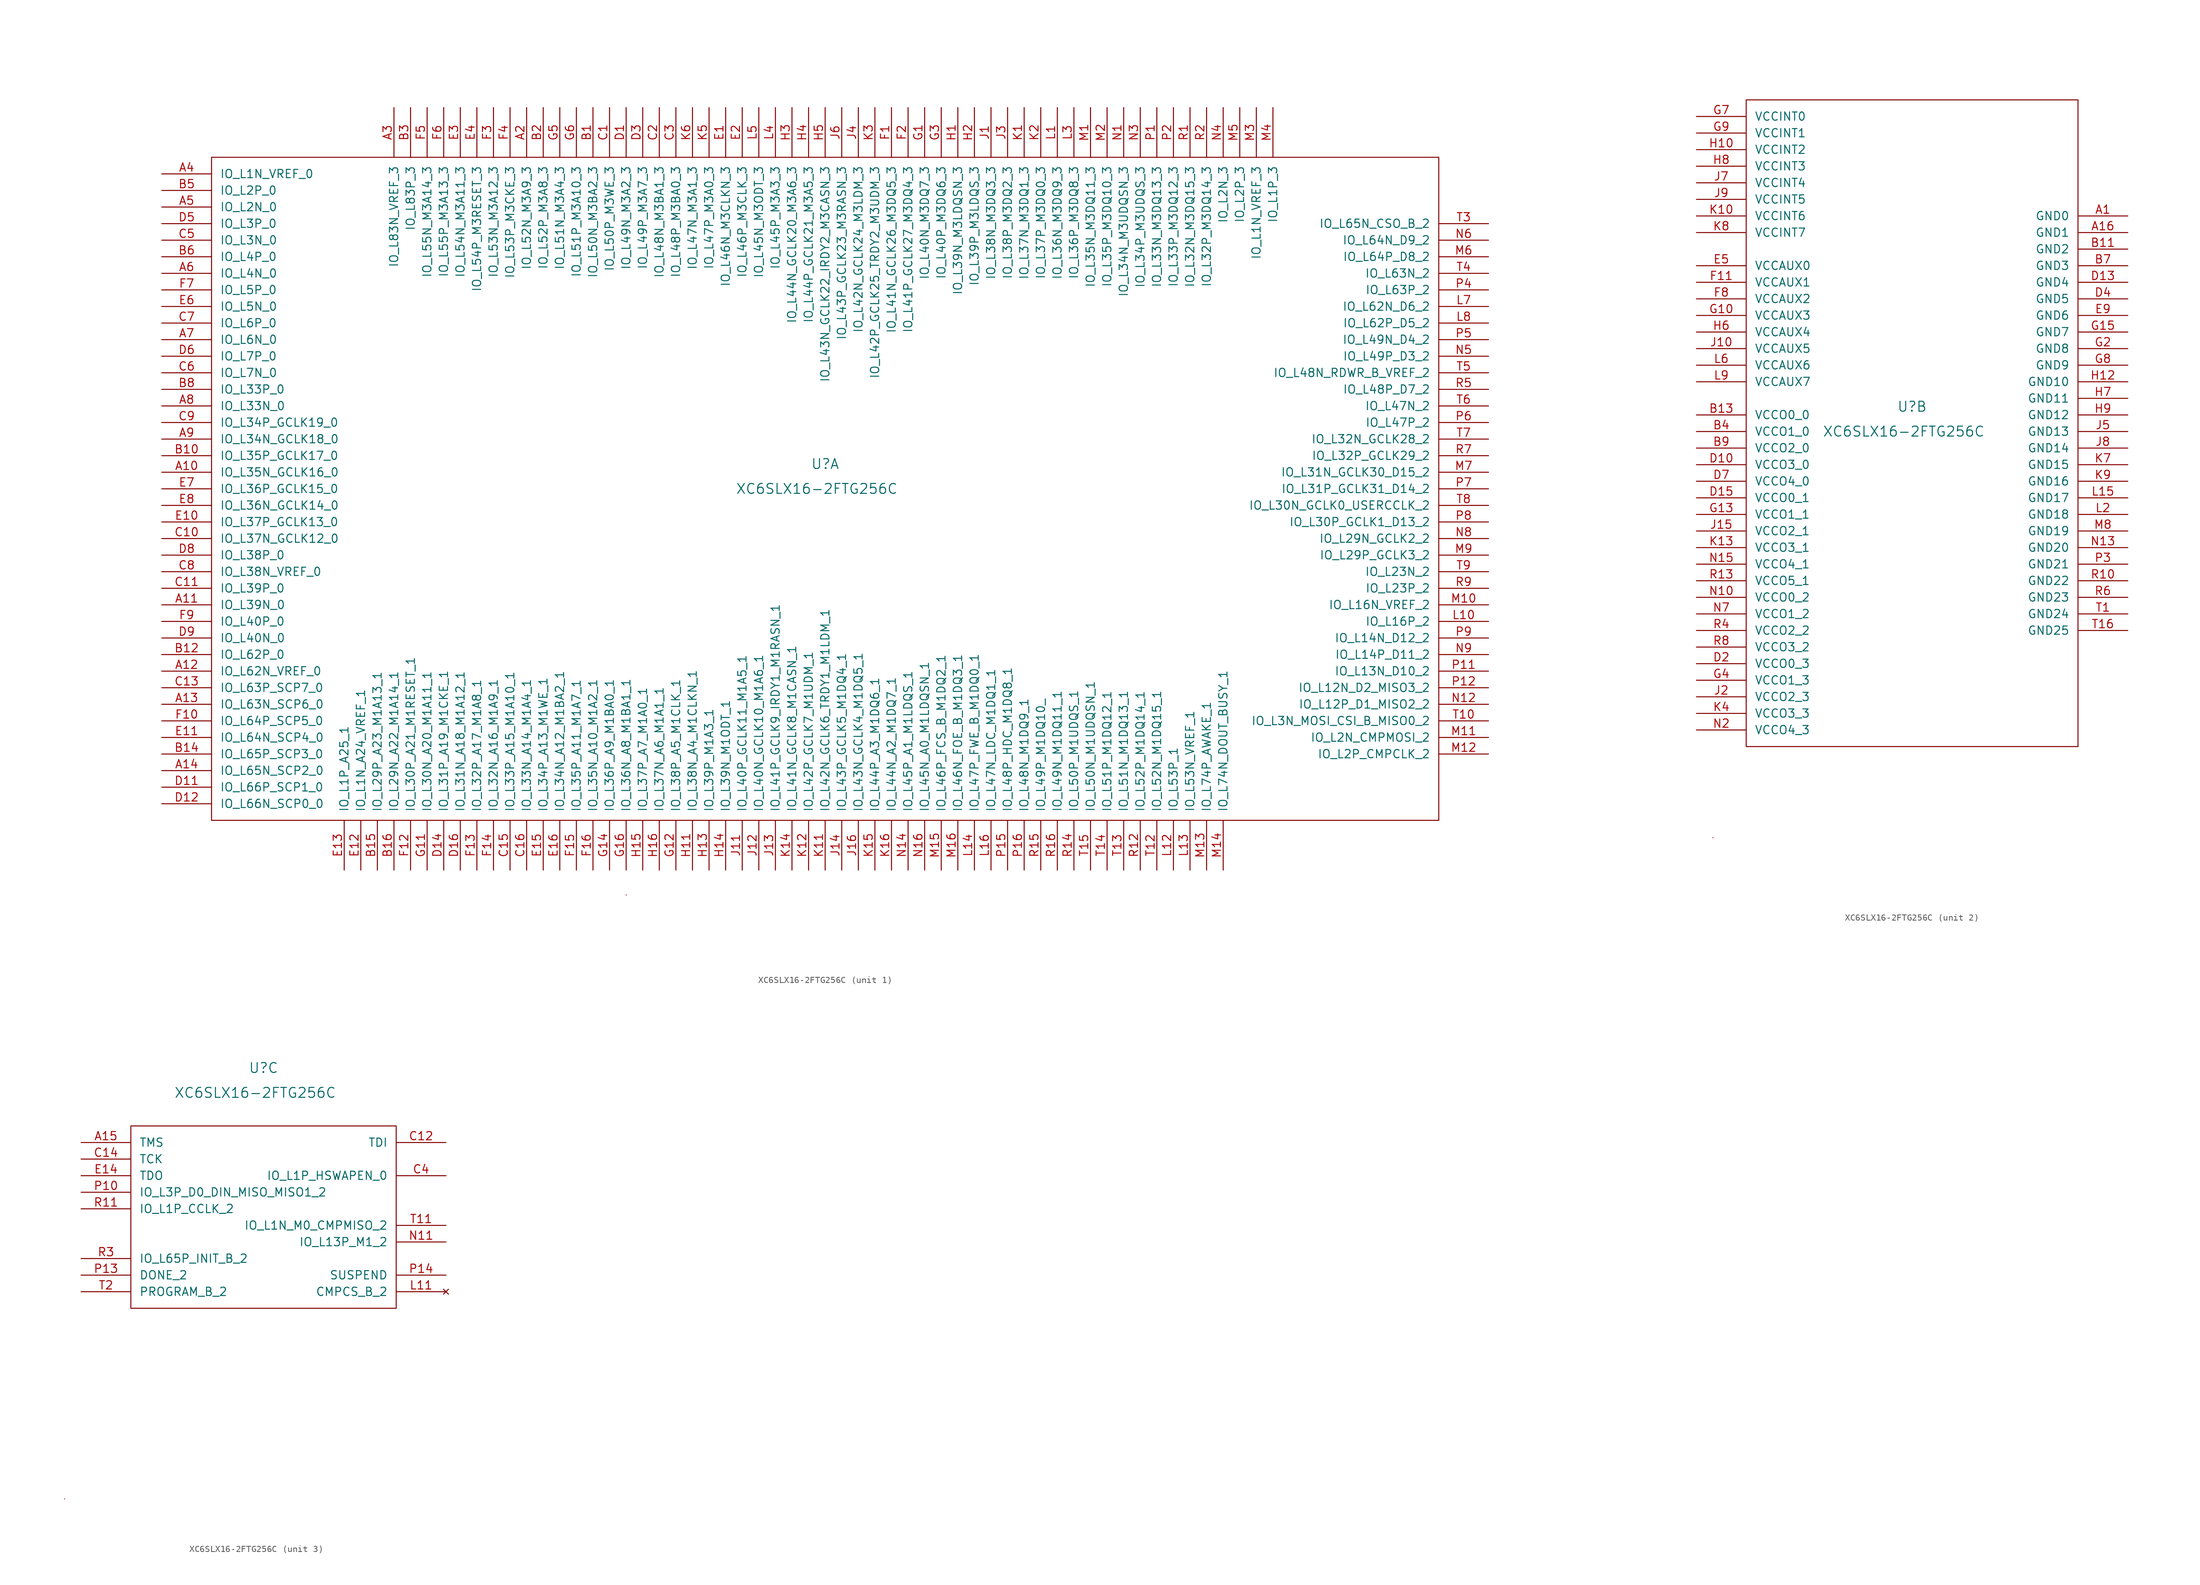
<source format=kicad_sym>
(kicad_symbol_lib
  (version 20220914)
  (generator kicad_symbol_editor)
  (symbol "XC6SLX16-2FTG256C"
    (pin_names
      (offset 1.27))
    (property "Reference" "U"
      (at 0 3.81 0)
      (effects (font (size 1.524 1.524))))
    (property "Value" "XC6SLX16-2FTG256C"
      (at -1.27 0 0)
      (effects (font (size 1.524 1.524))))
    (property "Datasheet" ""
      (at 0 0 0)
      (effects (font (size 1.524 1.524))))
    (property "ki_locked" ""
      (at 0 0 0)
      (effects (font (size 1.27 1.27))))
    (symbol "XC6SLX16-2FTG256C_0_1"
      (rectangle (start -30.48 -62.23) (end -30.48 -62.23) (stroke (width 0) (type default)) (fill (type none))))
    (symbol "XC6SLX16-2FTG256C_1_1"
      (rectangle (start -93.98 50.8) (end 93.98 -50.8) (stroke (width 0) (type default)) (fill (type none)))
      (pin bidirectional line (at -101.6 2.54 0) (length 7.62) (name "IO_L35N_GCLK16_0" (effects (font (size 1.27 1.27)))) (number "A10" (effects (font (size 1.27 1.27)))))
      (pin bidirectional line (at -101.6 -17.78 0) (length 7.62) (name "IO_L39N_0" (effects (font (size 1.27 1.27)))) (number "A11" (effects (font (size 1.27 1.27)))))
      (pin bidirectional line (at -101.6 -27.94 0) (length 7.62) (name "IO_L62N_VREF_0" (effects (font (size 1.27 1.27)))) (number "A12" (effects (font (size 1.27 1.27)))))
      (pin bidirectional line (at -101.6 -33.02 0) (length 7.62) (name "IO_L63N_SCP6_0" (effects (font (size 1.27 1.27)))) (number "A13" (effects (font (size 1.27 1.27)))))
      (pin bidirectional line (at -101.6 -43.18 0) (length 7.62) (name "IO_L65N_SCP2_0" (effects (font (size 1.27 1.27)))) (number "A14" (effects (font (size 1.27 1.27)))))
      (pin bidirectional line (at -45.72 58.42 270) (length 7.62) (name "IO_L52N_M3A9_3" (effects (font (size 1.27 1.27)))) (number "A2" (effects (font (size 1.27 1.27)))))
      (pin bidirectional line (at -66.04 58.42 270) (length 7.62) (name "IO_L83N_VREF_3" (effects (font (size 1.27 1.27)))) (number "A3" (effects (font (size 1.27 1.27)))))
      (pin bidirectional line (at -101.6 48.26 0) (length 7.62) (name "IO_L1N_VREF_0" (effects (font (size 1.27 1.27)))) (number "A4" (effects (font (size 1.27 1.27)))))
      (pin bidirectional line (at -101.6 43.18 0) (length 7.62) (name "IO_L2N_0" (effects (font (size 1.27 1.27)))) (number "A5" (effects (font (size 1.27 1.27)))))
      (pin bidirectional line (at -101.6 33.02 0) (length 7.62) (name "IO_L4N_0" (effects (font (size 1.27 1.27)))) (number "A6" (effects (font (size 1.27 1.27)))))
      (pin bidirectional line (at -101.6 22.86 0) (length 7.62) (name "IO_L6N_0" (effects (font (size 1.27 1.27)))) (number "A7" (effects (font (size 1.27 1.27)))))
      (pin bidirectional line (at -101.6 12.7 0) (length 7.62) (name "IO_L33N_0" (effects (font (size 1.27 1.27)))) (number "A8" (effects (font (size 1.27 1.27)))))
      (pin bidirectional line (at -101.6 7.62 0) (length 7.62) (name "IO_L34N_GCLK18_0" (effects (font (size 1.27 1.27)))) (number "A9" (effects (font (size 1.27 1.27)))))
      (pin bidirectional line (at -35.56 58.42 270) (length 7.62) (name "IO_L50N_M3BA2_3" (effects (font (size 1.27 1.27)))) (number "B1" (effects (font (size 1.27 1.27)))))
      (pin bidirectional line (at -101.6 5.08 0) (length 7.62) (name "IO_L35P_GCLK17_0" (effects (font (size 1.27 1.27)))) (number "B10" (effects (font (size 1.27 1.27)))))
      (pin bidirectional line (at -101.6 -25.4 0) (length 7.62) (name "IO_L62P_0" (effects (font (size 1.27 1.27)))) (number "B12" (effects (font (size 1.27 1.27)))))
      (pin bidirectional line (at -101.6 -40.64 0) (length 7.62) (name "IO_L65P_SCP3_0" (effects (font (size 1.27 1.27)))) (number "B14" (effects (font (size 1.27 1.27)))))
      (pin bidirectional line (at -68.58 -58.42 90) (length 7.62) (name "IO_L29P_A23_M1A13_1" (effects (font (size 1.27 1.27)))) (number "B15" (effects (font (size 1.27 1.27)))))
      (pin bidirectional line (at -66.04 -58.42 90) (length 7.62) (name "IO_L29N_A22_M1A14_1" (effects (font (size 1.27 1.27)))) (number "B16" (effects (font (size 1.27 1.27)))))
      (pin bidirectional line (at -43.18 58.42 270) (length 7.62) (name "IO_L52P_M3A8_3" (effects (font (size 1.27 1.27)))) (number "B2" (effects (font (size 1.27 1.27)))))
      (pin bidirectional line (at -63.5 58.42 270) (length 7.62) (name "IO_L83P_3" (effects (font (size 1.27 1.27)))) (number "B3" (effects (font (size 1.27 1.27)))))
      (pin bidirectional line (at -101.6 45.72 0) (length 7.62) (name "IO_L2P_0" (effects (font (size 1.27 1.27)))) (number "B5" (effects (font (size 1.27 1.27)))))
      (pin bidirectional line (at -101.6 35.56 0) (length 7.62) (name "IO_L4P_0" (effects (font (size 1.27 1.27)))) (number "B6" (effects (font (size 1.27 1.27)))))
      (pin bidirectional line (at -101.6 15.24 0) (length 7.62) (name "IO_L33P_0" (effects (font (size 1.27 1.27)))) (number "B8" (effects (font (size 1.27 1.27)))))
      (pin bidirectional line (at -33.02 58.42 270) (length 7.62) (name "IO_L50P_M3WE_3" (effects (font (size 1.27 1.27)))) (number "C1" (effects (font (size 1.27 1.27)))))
      (pin bidirectional line (at -101.6 -7.62 0) (length 7.62) (name "IO_L37N_GCLK12_0" (effects (font (size 1.27 1.27)))) (number "C10" (effects (font (size 1.27 1.27)))))
      (pin bidirectional line (at -101.6 -15.24 0) (length 7.62) (name "IO_L39P_0" (effects (font (size 1.27 1.27)))) (number "C11" (effects (font (size 1.27 1.27)))))
      (pin bidirectional line (at -101.6 -30.48 0) (length 7.62) (name "IO_L63P_SCP7_0" (effects (font (size 1.27 1.27)))) (number "C13" (effects (font (size 1.27 1.27)))))
      (pin bidirectional line (at -48.26 -58.42 90) (length 7.62) (name "IO_L33P_A15_M1A10_1" (effects (font (size 1.27 1.27)))) (number "C15" (effects (font (size 1.27 1.27)))))
      (pin bidirectional line (at -45.72 -58.42 90) (length 7.62) (name "IO_L33N_A14_M1A4_1" (effects (font (size 1.27 1.27)))) (number "C16" (effects (font (size 1.27 1.27)))))
      (pin bidirectional line (at -25.4 58.42 270) (length 7.62) (name "IO_L48N_M3BA1_3" (effects (font (size 1.27 1.27)))) (number "C2" (effects (font (size 1.27 1.27)))))
      (pin bidirectional line (at -22.86 58.42 270) (length 7.62) (name "IO_L48P_M3BA0_3" (effects (font (size 1.27 1.27)))) (number "C3" (effects (font (size 1.27 1.27)))))
      (pin bidirectional line (at -101.6 38.1 0) (length 7.62) (name "IO_L3N_0" (effects (font (size 1.27 1.27)))) (number "C5" (effects (font (size 1.27 1.27)))))
      (pin bidirectional line (at -101.6 17.78 0) (length 7.62) (name "IO_L7N_0" (effects (font (size 1.27 1.27)))) (number "C6" (effects (font (size 1.27 1.27)))))
      (pin bidirectional line (at -101.6 25.4 0) (length 7.62) (name "IO_L6P_0" (effects (font (size 1.27 1.27)))) (number "C7" (effects (font (size 1.27 1.27)))))
      (pin bidirectional line (at -101.6 -12.7 0) (length 7.62) (name "IO_L38N_VREF_0" (effects (font (size 1.27 1.27)))) (number "C8" (effects (font (size 1.27 1.27)))))
      (pin bidirectional line (at -101.6 10.16 0) (length 7.62) (name "IO_L34P_GCLK19_0" (effects (font (size 1.27 1.27)))) (number "C9" (effects (font (size 1.27 1.27)))))
      (pin bidirectional line (at -30.48 58.42 270) (length 7.62) (name "IO_L49N_M3A2_3" (effects (font (size 1.27 1.27)))) (number "D1" (effects (font (size 1.27 1.27)))))
      (pin bidirectional line (at -101.6 -45.72 0) (length 7.62) (name "IO_L66P_SCP1_0" (effects (font (size 1.27 1.27)))) (number "D11" (effects (font (size 1.27 1.27)))))
      (pin bidirectional line (at -101.6 -48.26 0) (length 7.62) (name "IO_L66N_SCP0_0" (effects (font (size 1.27 1.27)))) (number "D12" (effects (font (size 1.27 1.27)))))
      (pin bidirectional line (at -58.42 -58.42 90) (length 7.62) (name "IO_L31P_A19_M1CKE_1" (effects (font (size 1.27 1.27)))) (number "D14" (effects (font (size 1.27 1.27)))))
      (pin bidirectional line (at -55.88 -58.42 90) (length 7.62) (name "IO_L31N_A18_M1A12_1" (effects (font (size 1.27 1.27)))) (number "D16" (effects (font (size 1.27 1.27)))))
      (pin bidirectional line (at -27.94 58.42 270) (length 7.62) (name "IO_L49P_M3A7_3" (effects (font (size 1.27 1.27)))) (number "D3" (effects (font (size 1.27 1.27)))))
      (pin bidirectional line (at -101.6 40.64 0) (length 7.62) (name "IO_L3P_0" (effects (font (size 1.27 1.27)))) (number "D5" (effects (font (size 1.27 1.27)))))
      (pin bidirectional line (at -101.6 20.32 0) (length 7.62) (name "IO_L7P_0" (effects (font (size 1.27 1.27)))) (number "D6" (effects (font (size 1.27 1.27)))))
      (pin bidirectional line (at -101.6 -10.16 0) (length 7.62) (name "IO_L38P_0" (effects (font (size 1.27 1.27)))) (number "D8" (effects (font (size 1.27 1.27)))))
      (pin bidirectional line (at -101.6 -22.86 0) (length 7.62) (name "IO_L40N_0" (effects (font (size 1.27 1.27)))) (number "D9" (effects (font (size 1.27 1.27)))))
      (pin bidirectional line (at -15.24 58.42 270) (length 7.62) (name "IO_L46N_M3CLKN_3" (effects (font (size 1.27 1.27)))) (number "E1" (effects (font (size 1.27 1.27)))))
      (pin bidirectional line (at -101.6 -5.08 0) (length 7.62) (name "IO_L37P_GCLK13_0" (effects (font (size 1.27 1.27)))) (number "E10" (effects (font (size 1.27 1.27)))))
      (pin bidirectional line (at -101.6 -38.1 0) (length 7.62) (name "IO_L64N_SCP4_0" (effects (font (size 1.27 1.27)))) (number "E11" (effects (font (size 1.27 1.27)))))
      (pin bidirectional line (at -71.12 -58.42 90) (length 7.62) (name "IO_L1N_A24_VREF_1" (effects (font (size 1.27 1.27)))) (number "E12" (effects (font (size 1.27 1.27)))))
      (pin bidirectional line (at -73.66 -58.42 90) (length 7.62) (name "IO_L1P_A25_1" (effects (font (size 1.27 1.27)))) (number "E13" (effects (font (size 1.27 1.27)))))
      (pin bidirectional line (at -43.18 -58.42 90) (length 7.62) (name "IO_L34P_A13_M1WE_1" (effects (font (size 1.27 1.27)))) (number "E15" (effects (font (size 1.27 1.27)))))
      (pin bidirectional line (at -40.64 -58.42 90) (length 7.62) (name "IO_L34N_A12_M1BA2_1" (effects (font (size 1.27 1.27)))) (number "E16" (effects (font (size 1.27 1.27)))))
      (pin bidirectional line (at -12.7 58.42 270) (length 7.62) (name "IO_L46P_M3CLK_3" (effects (font (size 1.27 1.27)))) (number "E2" (effects (font (size 1.27 1.27)))))
      (pin bidirectional line (at -55.88 58.42 270) (length 7.62) (name "IO_L54N_M3A11_3" (effects (font (size 1.27 1.27)))) (number "E3" (effects (font (size 1.27 1.27)))))
      (pin bidirectional line (at -53.34 58.42 270) (length 7.62) (name "IO_L54P_M3RESET_3" (effects (font (size 1.27 1.27)))) (number "E4" (effects (font (size 1.27 1.27)))))
      (pin bidirectional line (at -101.6 27.94 0) (length 7.62) (name "IO_L5N_0" (effects (font (size 1.27 1.27)))) (number "E6" (effects (font (size 1.27 1.27)))))
      (pin bidirectional line (at -101.6 0 0) (length 7.62) (name "IO_L36P_GCLK15_0" (effects (font (size 1.27 1.27)))) (number "E7" (effects (font (size 1.27 1.27)))))
      (pin bidirectional line (at -101.6 -2.54 0) (length 7.62) (name "IO_L36N_GCLK14_0" (effects (font (size 1.27 1.27)))) (number "E8" (effects (font (size 1.27 1.27)))))
      (pin bidirectional line (at 10.16 58.42 270) (length 7.62) (name "IO_L41N_GCLK26_M3DQ5_3" (effects (font (size 1.27 1.27)))) (number "F1" (effects (font (size 1.27 1.27)))))
      (pin bidirectional line (at -101.6 -35.56 0) (length 7.62) (name "IO_L64P_SCP5_0" (effects (font (size 1.27 1.27)))) (number "F10" (effects (font (size 1.27 1.27)))))
      (pin bidirectional line (at -63.5 -58.42 90) (length 7.62) (name "IO_L30P_A21_M1RESET_1" (effects (font (size 1.27 1.27)))) (number "F12" (effects (font (size 1.27 1.27)))))
      (pin bidirectional line (at -53.34 -58.42 90) (length 7.62) (name "IO_L32P_A17_M1A8_1" (effects (font (size 1.27 1.27)))) (number "F13" (effects (font (size 1.27 1.27)))))
      (pin bidirectional line (at -50.8 -58.42 90) (length 7.62) (name "IO_L32N_A16_M1A9_1" (effects (font (size 1.27 1.27)))) (number "F14" (effects (font (size 1.27 1.27)))))
      (pin bidirectional line (at -38.1 -58.42 90) (length 7.62) (name "IO_L35P_A11_M1A7_1" (effects (font (size 1.27 1.27)))) (number "F15" (effects (font (size 1.27 1.27)))))
      (pin bidirectional line (at -35.56 -58.42 90) (length 7.62) (name "IO_L35N_A10_M1A2_1" (effects (font (size 1.27 1.27)))) (number "F16" (effects (font (size 1.27 1.27)))))
      (pin bidirectional line (at 12.7 58.42 270) (length 7.62) (name "IO_L41P_GCLK27_M3DQ4_3" (effects (font (size 1.27 1.27)))) (number "F2" (effects (font (size 1.27 1.27)))))
      (pin bidirectional line (at -50.8 58.42 270) (length 7.62) (name "IO_L53N_M3A12_3" (effects (font (size 1.27 1.27)))) (number "F3" (effects (font (size 1.27 1.27)))))
      (pin bidirectional line (at -48.26 58.42 270) (length 7.62) (name "IO_L53P_M3CKE_3" (effects (font (size 1.27 1.27)))) (number "F4" (effects (font (size 1.27 1.27)))))
      (pin bidirectional line (at -60.96 58.42 270) (length 7.62) (name "IO_L55N_M3A14_3" (effects (font (size 1.27 1.27)))) (number "F5" (effects (font (size 1.27 1.27)))))
      (pin bidirectional line (at -58.42 58.42 270) (length 7.62) (name "IO_L55P_M3A13_3" (effects (font (size 1.27 1.27)))) (number "F6" (effects (font (size 1.27 1.27)))))
      (pin bidirectional line (at -101.6 30.48 0) (length 7.62) (name "IO_L5P_0" (effects (font (size 1.27 1.27)))) (number "F7" (effects (font (size 1.27 1.27)))))
      (pin bidirectional line (at -101.6 -20.32 0) (length 7.62) (name "IO_L40P_0" (effects (font (size 1.27 1.27)))) (number "F9" (effects (font (size 1.27 1.27)))))
      (pin bidirectional line (at 15.24 58.42 270) (length 7.62) (name "IO_L40N_M3DQ7_3" (effects (font (size 1.27 1.27)))) (number "G1" (effects (font (size 1.27 1.27)))))
      (pin bidirectional line (at -60.96 -58.42 90) (length 7.62) (name "IO_L30N_A20_M1A11_1" (effects (font (size 1.27 1.27)))) (number "G11" (effects (font (size 1.27 1.27)))))
      (pin bidirectional line (at -22.86 -58.42 90) (length 7.62) (name "IO_L38P_A5_M1CLK_1" (effects (font (size 1.27 1.27)))) (number "G12" (effects (font (size 1.27 1.27)))))
      (pin bidirectional line (at -33.02 -58.42 90) (length 7.62) (name "IO_L36P_A9_M1BA0_1" (effects (font (size 1.27 1.27)))) (number "G14" (effects (font (size 1.27 1.27)))))
      (pin bidirectional line (at -30.48 -58.42 90) (length 7.62) (name "IO_L36N_A8_M1BA1_1" (effects (font (size 1.27 1.27)))) (number "G16" (effects (font (size 1.27 1.27)))))
      (pin bidirectional line (at 17.78 58.42 270) (length 7.62) (name "IO_L40P_M3DQ6_3" (effects (font (size 1.27 1.27)))) (number "G3" (effects (font (size 1.27 1.27)))))
      (pin bidirectional line (at -40.64 58.42 270) (length 7.62) (name "IO_L51N_M3A4_3" (effects (font (size 1.27 1.27)))) (number "G5" (effects (font (size 1.27 1.27)))))
      (pin bidirectional line (at -38.1 58.42 270) (length 7.62) (name "IO_L51P_M3A10_3" (effects (font (size 1.27 1.27)))) (number "G6" (effects (font (size 1.27 1.27)))))
      (pin bidirectional line (at 20.32 58.42 270) (length 7.62) (name "IO_L39N_M3LDQSN_3" (effects (font (size 1.27 1.27)))) (number "H1" (effects (font (size 1.27 1.27)))))
      (pin bidirectional line (at -20.32 -58.42 90) (length 7.62) (name "IO_L38N_A4_M1CLKN_1" (effects (font (size 1.27 1.27)))) (number "H11" (effects (font (size 1.27 1.27)))))
      (pin bidirectional line (at -17.78 -58.42 90) (length 7.62) (name "IO_L39P_M1A3_1" (effects (font (size 1.27 1.27)))) (number "H13" (effects (font (size 1.27 1.27)))))
      (pin bidirectional line (at -15.24 -58.42 90) (length 7.62) (name "IO_L39N_M1ODT_1" (effects (font (size 1.27 1.27)))) (number "H14" (effects (font (size 1.27 1.27)))))
      (pin bidirectional line (at -27.94 -58.42 90) (length 7.62) (name "IO_L37P_A7_M1A0_1" (effects (font (size 1.27 1.27)))) (number "H15" (effects (font (size 1.27 1.27)))))
      (pin bidirectional line (at -25.4 -58.42 90) (length 7.62) (name "IO_L37N_A6_M1A1_1" (effects (font (size 1.27 1.27)))) (number "H16" (effects (font (size 1.27 1.27)))))
      (pin bidirectional line (at 22.86 58.42 270) (length 7.62) (name "IO_L39P_M3LDQS_3" (effects (font (size 1.27 1.27)))) (number "H2" (effects (font (size 1.27 1.27)))))
      (pin bidirectional line (at -5.08 58.42 270) (length 7.62) (name "IO_L44N_GCLK20_M3A6_3" (effects (font (size 1.27 1.27)))) (number "H3" (effects (font (size 1.27 1.27)))))
      (pin bidirectional line (at -2.54 58.42 270) (length 7.62) (name "IO_L44P_GCLK21_M3A5_3" (effects (font (size 1.27 1.27)))) (number "H4" (effects (font (size 1.27 1.27)))))
      (pin bidirectional line (at 0 58.42 270) (length 7.62) (name "IO_L43N_GCLK22_IRDY2_M3CASN_3" (effects (font (size 1.27 1.27)))) (number "H5" (effects (font (size 1.27 1.27)))))
      (pin bidirectional line (at 25.4 58.42 270) (length 7.62) (name "IO_L38N_M3DQ3_3" (effects (font (size 1.27 1.27)))) (number "J1" (effects (font (size 1.27 1.27)))))
      (pin bidirectional line (at -12.7 -58.42 90) (length 7.62) (name "IO_L40P_GCLK11_M1A5_1" (effects (font (size 1.27 1.27)))) (number "J11" (effects (font (size 1.27 1.27)))))
      (pin bidirectional line (at -10.16 -58.42 90) (length 7.62) (name "IO_L40N_GCLK10_M1A6_1" (effects (font (size 1.27 1.27)))) (number "J12" (effects (font (size 1.27 1.27)))))
      (pin bidirectional line (at -7.62 -58.42 90) (length 7.62) (name "IO_L41P_GCLK9_IRDY1_M1RASN_1" (effects (font (size 1.27 1.27)))) (number "J13" (effects (font (size 1.27 1.27)))))
      (pin bidirectional line (at 2.54 -58.42 90) (length 7.62) (name "IO_L43P_GCLK5_M1DQ4_1" (effects (font (size 1.27 1.27)))) (number "J14" (effects (font (size 1.27 1.27)))))
      (pin bidirectional line (at 5.08 -58.42 90) (length 7.62) (name "IO_L43N_GCLK4_M1DQ5_1" (effects (font (size 1.27 1.27)))) (number "J16" (effects (font (size 1.27 1.27)))))
      (pin bidirectional line (at 27.94 58.42 270) (length 7.62) (name "IO_L38P_M3DQ2_3" (effects (font (size 1.27 1.27)))) (number "J3" (effects (font (size 1.27 1.27)))))
      (pin bidirectional line (at 5.08 58.42 270) (length 7.62) (name "IO_L42N_GCLK24_M3LDM_3" (effects (font (size 1.27 1.27)))) (number "J4" (effects (font (size 1.27 1.27)))))
      (pin bidirectional line (at 2.54 58.42 270) (length 7.62) (name "IO_L43P_GCLK23_M3RASN_3" (effects (font (size 1.27 1.27)))) (number "J6" (effects (font (size 1.27 1.27)))))
      (pin bidirectional line (at 30.48 58.42 270) (length 7.62) (name "IO_L37N_M3DQ1_3" (effects (font (size 1.27 1.27)))) (number "K1" (effects (font (size 1.27 1.27)))))
      (pin bidirectional line (at 0 -58.42 90) (length 7.62) (name "IO_L42N_GCLK6_TRDY1_M1LDM_1" (effects (font (size 1.27 1.27)))) (number "K11" (effects (font (size 1.27 1.27)))))
      (pin bidirectional line (at -2.54 -58.42 90) (length 7.62) (name "IO_L42P_GCLK7_M1UDM_1" (effects (font (size 1.27 1.27)))) (number "K12" (effects (font (size 1.27 1.27)))))
      (pin bidirectional line (at -5.08 -58.42 90) (length 7.62) (name "IO_L41N_GCLK8_M1CASN_1" (effects (font (size 1.27 1.27)))) (number "K14" (effects (font (size 1.27 1.27)))))
      (pin bidirectional line (at 7.62 -58.42 90) (length 7.62) (name "IO_L44P_A3_M1DQ6_1" (effects (font (size 1.27 1.27)))) (number "K15" (effects (font (size 1.27 1.27)))))
      (pin bidirectional line (at 10.16 -58.42 90) (length 7.62) (name "IO_L44N_A2_M1DQ7_1" (effects (font (size 1.27 1.27)))) (number "K16" (effects (font (size 1.27 1.27)))))
      (pin bidirectional line (at 33.02 58.42 270) (length 7.62) (name "IO_L37P_M3DQ0_3" (effects (font (size 1.27 1.27)))) (number "K2" (effects (font (size 1.27 1.27)))))
      (pin bidirectional line (at 7.62 58.42 270) (length 7.62) (name "IO_L42P_GCLK25_TRDY2_M3UDM_3" (effects (font (size 1.27 1.27)))) (number "K3" (effects (font (size 1.27 1.27)))))
      (pin bidirectional line (at -17.78 58.42 270) (length 7.62) (name "IO_L47P_M3A0_3" (effects (font (size 1.27 1.27)))) (number "K5" (effects (font (size 1.27 1.27)))))
      (pin bidirectional line (at -20.32 58.42 270) (length 7.62) (name "IO_L47N_M3A1_3" (effects (font (size 1.27 1.27)))) (number "K6" (effects (font (size 1.27 1.27)))))
      (pin bidirectional line (at 35.56 58.42 270) (length 7.62) (name "IO_L36N_M3DQ9_3" (effects (font (size 1.27 1.27)))) (number "L1" (effects (font (size 1.27 1.27)))))
      (pin bidirectional line (at 101.6 -20.32 180) (length 7.62) (name "IO_L16P_2" (effects (font (size 1.27 1.27)))) (number "L10" (effects (font (size 1.27 1.27)))))
      (pin bidirectional line (at 53.34 -58.42 90) (length 7.62) (name "IO_L53P_1" (effects (font (size 1.27 1.27)))) (number "L12" (effects (font (size 1.27 1.27)))))
      (pin bidirectional line (at 55.88 -58.42 90) (length 7.62) (name "IO_L53N_VREF_1" (effects (font (size 1.27 1.27)))) (number "L13" (effects (font (size 1.27 1.27)))))
      (pin bidirectional line (at 22.86 -58.42 90) (length 7.62) (name "IO_L47P_FWE_B_M1DQ0_1" (effects (font (size 1.27 1.27)))) (number "L14" (effects (font (size 1.27 1.27)))))
      (pin bidirectional line (at 25.4 -58.42 90) (length 7.62) (name "IO_L47N_LDC_M1DQ1_1" (effects (font (size 1.27 1.27)))) (number "L16" (effects (font (size 1.27 1.27)))))
      (pin bidirectional line (at 38.1 58.42 270) (length 7.62) (name "IO_L36P_M3DQ8_3" (effects (font (size 1.27 1.27)))) (number "L3" (effects (font (size 1.27 1.27)))))
      (pin bidirectional line (at -7.62 58.42 270) (length 7.62) (name "IO_L45P_M3A3_3" (effects (font (size 1.27 1.27)))) (number "L4" (effects (font (size 1.27 1.27)))))
      (pin bidirectional line (at -10.16 58.42 270) (length 7.62) (name "IO_L45N_M3ODT_3" (effects (font (size 1.27 1.27)))) (number "L5" (effects (font (size 1.27 1.27)))))
      (pin bidirectional line (at 101.6 27.94 180) (length 7.62) (name "IO_L62N_D6_2" (effects (font (size 1.27 1.27)))) (number "L7" (effects (font (size 1.27 1.27)))))
      (pin bidirectional line (at 101.6 25.4 180) (length 7.62) (name "IO_L62P_D5_2" (effects (font (size 1.27 1.27)))) (number "L8" (effects (font (size 1.27 1.27)))))
      (pin bidirectional line (at 40.64 58.42 270) (length 7.62) (name "IO_L35N_M3DQ11_3" (effects (font (size 1.27 1.27)))) (number "M1" (effects (font (size 1.27 1.27)))))
      (pin bidirectional line (at 101.6 -17.78 180) (length 7.62) (name "IO_L16N_VREF_2" (effects (font (size 1.27 1.27)))) (number "M10" (effects (font (size 1.27 1.27)))))
      (pin bidirectional line (at 101.6 -38.1 180) (length 7.62) (name "IO_L2N_CMPMOSI_2" (effects (font (size 1.27 1.27)))) (number "M11" (effects (font (size 1.27 1.27)))))
      (pin bidirectional line (at 101.6 -40.64 180) (length 7.62) (name "IO_L2P_CMPCLK_2" (effects (font (size 1.27 1.27)))) (number "M12" (effects (font (size 1.27 1.27)))))
      (pin bidirectional line (at 58.42 -58.42 90) (length 7.62) (name "IO_L74P_AWAKE_1" (effects (font (size 1.27 1.27)))) (number "M13" (effects (font (size 1.27 1.27)))))
      (pin bidirectional line (at 60.96 -58.42 90) (length 7.62) (name "IO_L74N_DOUT_BUSY_1" (effects (font (size 1.27 1.27)))) (number "M14" (effects (font (size 1.27 1.27)))))
      (pin bidirectional line (at 17.78 -58.42 90) (length 7.62) (name "IO_L46P_FCS_B_M1DQ2_1" (effects (font (size 1.27 1.27)))) (number "M15" (effects (font (size 1.27 1.27)))))
      (pin bidirectional line (at 20.32 -58.42 90) (length 7.62) (name "IO_L46N_FOE_B_M1DQ3_1" (effects (font (size 1.27 1.27)))) (number "M16" (effects (font (size 1.27 1.27)))))
      (pin bidirectional line (at 43.18 58.42 270) (length 7.62) (name "IO_L35P_M3DQ10_3" (effects (font (size 1.27 1.27)))) (number "M2" (effects (font (size 1.27 1.27)))))
      (pin bidirectional line (at 66.04 58.42 270) (length 7.62) (name "IO_L1N_VREF_3" (effects (font (size 1.27 1.27)))) (number "M3" (effects (font (size 1.27 1.27)))))
      (pin bidirectional line (at 68.58 58.42 270) (length 7.62) (name "IO_L1P_3" (effects (font (size 1.27 1.27)))) (number "M4" (effects (font (size 1.27 1.27)))))
      (pin bidirectional line (at 63.5 58.42 270) (length 7.62) (name "IO_L2P_3" (effects (font (size 1.27 1.27)))) (number "M5" (effects (font (size 1.27 1.27)))))
      (pin bidirectional line (at 101.6 35.56 180) (length 7.62) (name "IO_L64P_D8_2" (effects (font (size 1.27 1.27)))) (number "M6" (effects (font (size 1.27 1.27)))))
      (pin bidirectional line (at 101.6 2.54 180) (length 7.62) (name "IO_L31N_GCLK30_D15_2" (effects (font (size 1.27 1.27)))) (number "M7" (effects (font (size 1.27 1.27)))))
      (pin bidirectional line (at 101.6 -10.16 180) (length 7.62) (name "IO_L29P_GCLK3_2" (effects (font (size 1.27 1.27)))) (number "M9" (effects (font (size 1.27 1.27)))))
      (pin bidirectional line (at 45.72 58.42 270) (length 7.62) (name "IO_L34N_M3UDQSN_3" (effects (font (size 1.27 1.27)))) (number "N1" (effects (font (size 1.27 1.27)))))
      (pin bidirectional line (at 101.6 -33.02 180) (length 7.62) (name "IO_L12P_D1_MISO2_2" (effects (font (size 1.27 1.27)))) (number "N12" (effects (font (size 1.27 1.27)))))
      (pin bidirectional line (at 12.7 -58.42 90) (length 7.62) (name "IO_L45P_A1_M1LDQS_1" (effects (font (size 1.27 1.27)))) (number "N14" (effects (font (size 1.27 1.27)))))
      (pin bidirectional line (at 15.24 -58.42 90) (length 7.62) (name "IO_L45N_A0_M1LDQSN_1" (effects (font (size 1.27 1.27)))) (number "N16" (effects (font (size 1.27 1.27)))))
      (pin bidirectional line (at 48.26 58.42 270) (length 7.62) (name "IO_L34P_M3UDQS_3" (effects (font (size 1.27 1.27)))) (number "N3" (effects (font (size 1.27 1.27)))))
      (pin bidirectional line (at 60.96 58.42 270) (length 7.62) (name "IO_L2N_3" (effects (font (size 1.27 1.27)))) (number "N4" (effects (font (size 1.27 1.27)))))
      (pin bidirectional line (at 101.6 20.32 180) (length 7.62) (name "IO_L49P_D3_2" (effects (font (size 1.27 1.27)))) (number "N5" (effects (font (size 1.27 1.27)))))
      (pin bidirectional line (at 101.6 38.1 180) (length 7.62) (name "IO_L64N_D9_2" (effects (font (size 1.27 1.27)))) (number "N6" (effects (font (size 1.27 1.27)))))
      (pin bidirectional line (at 101.6 -7.62 180) (length 7.62) (name "IO_L29N_GCLK2_2" (effects (font (size 1.27 1.27)))) (number "N8" (effects (font (size 1.27 1.27)))))
      (pin bidirectional line (at 101.6 -25.4 180) (length 7.62) (name "IO_L14P_D11_2" (effects (font (size 1.27 1.27)))) (number "N9" (effects (font (size 1.27 1.27)))))
      (pin bidirectional line (at 50.8 58.42 270) (length 7.62) (name "IO_L33N_M3DQ13_3" (effects (font (size 1.27 1.27)))) (number "P1" (effects (font (size 1.27 1.27)))))
      (pin bidirectional line (at 101.6 -27.94 180) (length 7.62) (name "IO_L13N_D10_2" (effects (font (size 1.27 1.27)))) (number "P11" (effects (font (size 1.27 1.27)))))
      (pin bidirectional line (at 101.6 -30.48 180) (length 7.62) (name "IO_L12N_D2_MISO3_2" (effects (font (size 1.27 1.27)))) (number "P12" (effects (font (size 1.27 1.27)))))
      (pin bidirectional line (at 27.94 -58.42 90) (length 7.62) (name "IO_L48P_HDC_M1DQ8_1" (effects (font (size 1.27 1.27)))) (number "P15" (effects (font (size 1.27 1.27)))))
      (pin bidirectional line (at 30.48 -58.42 90) (length 7.62) (name "IO_L48N_M1DQ9_1" (effects (font (size 1.27 1.27)))) (number "P16" (effects (font (size 1.27 1.27)))))
      (pin bidirectional line (at 53.34 58.42 270) (length 7.62) (name "IO_L33P_M3DQ12_3" (effects (font (size 1.27 1.27)))) (number "P2" (effects (font (size 1.27 1.27)))))
      (pin bidirectional line (at 101.6 30.48 180) (length 7.62) (name "IO_L63P_2" (effects (font (size 1.27 1.27)))) (number "P4" (effects (font (size 1.27 1.27)))))
      (pin bidirectional line (at 101.6 22.86 180) (length 7.62) (name "IO_L49N_D4_2" (effects (font (size 1.27 1.27)))) (number "P5" (effects (font (size 1.27 1.27)))))
      (pin bidirectional line (at 101.6 10.16 180) (length 7.62) (name "IO_L47P_2" (effects (font (size 1.27 1.27)))) (number "P6" (effects (font (size 1.27 1.27)))))
      (pin bidirectional line (at 101.6 0 180) (length 7.62) (name "IO_L31P_GCLK31_D14_2" (effects (font (size 1.27 1.27)))) (number "P7" (effects (font (size 1.27 1.27)))))
      (pin bidirectional line (at 101.6 -5.08 180) (length 7.62) (name "IO_L30P_GCLK1_D13_2" (effects (font (size 1.27 1.27)))) (number "P8" (effects (font (size 1.27 1.27)))))
      (pin bidirectional line (at 101.6 -22.86 180) (length 7.62) (name "IO_L14N_D12_2" (effects (font (size 1.27 1.27)))) (number "P9" (effects (font (size 1.27 1.27)))))
      (pin bidirectional line (at 55.88 58.42 270) (length 7.62) (name "IO_L32N_M3DQ15_3" (effects (font (size 1.27 1.27)))) (number "R1" (effects (font (size 1.27 1.27)))))
      (pin bidirectional line (at 48.26 -58.42 90) (length 7.62) (name "IO_L52P_M1DQ14_1" (effects (font (size 1.27 1.27)))) (number "R12" (effects (font (size 1.27 1.27)))))
      (pin bidirectional line (at 38.1 -58.42 90) (length 7.62) (name "IO_L50P_M1UDQS_1" (effects (font (size 1.27 1.27)))) (number "R14" (effects (font (size 1.27 1.27)))))
      (pin bidirectional line (at 33.02 -58.42 90) (length 7.62) (name "IO_L49P_M1DQ10_" (effects (font (size 1.27 1.27)))) (number "R15" (effects (font (size 1.27 1.27)))))
      (pin bidirectional line (at 35.56 -58.42 90) (length 7.62) (name "IO_L49N_M1DQ11_1" (effects (font (size 1.27 1.27)))) (number "R16" (effects (font (size 1.27 1.27)))))
      (pin bidirectional line (at 58.42 58.42 270) (length 7.62) (name "IO_L32P_M3DQ14_3" (effects (font (size 1.27 1.27)))) (number "R2" (effects (font (size 1.27 1.27)))))
      (pin bidirectional line (at 101.6 15.24 180) (length 7.62) (name "IO_L48P_D7_2" (effects (font (size 1.27 1.27)))) (number "R5" (effects (font (size 1.27 1.27)))))
      (pin bidirectional line (at 101.6 5.08 180) (length 7.62) (name "IO_L32P_GCLK29_2" (effects (font (size 1.27 1.27)))) (number "R7" (effects (font (size 1.27 1.27)))))
      (pin bidirectional line (at 101.6 -15.24 180) (length 7.62) (name "IO_L23P_2" (effects (font (size 1.27 1.27)))) (number "R9" (effects (font (size 1.27 1.27)))))
      (pin bidirectional line (at 101.6 -35.56 180) (length 7.62) (name "IO_L3N_MOSI_CSI_B_MISO0_2" (effects (font (size 1.27 1.27)))) (number "T10" (effects (font (size 1.27 1.27)))))
      (pin bidirectional line (at 50.8 -58.42 90) (length 7.62) (name "IO_L52N_M1DQ15_1" (effects (font (size 1.27 1.27)))) (number "T12" (effects (font (size 1.27 1.27)))))
      (pin bidirectional line (at 45.72 -58.42 90) (length 7.62) (name "IO_L51N_M1DQ13_1" (effects (font (size 1.27 1.27)))) (number "T13" (effects (font (size 1.27 1.27)))))
      (pin bidirectional line (at 43.18 -58.42 90) (length 7.62) (name "IO_L51P_M1DQ12_1" (effects (font (size 1.27 1.27)))) (number "T14" (effects (font (size 1.27 1.27)))))
      (pin bidirectional line (at 40.64 -58.42 90) (length 7.62) (name "IO_L50N_M1UDQSN_1" (effects (font (size 1.27 1.27)))) (number "T15" (effects (font (size 1.27 1.27)))))
      (pin bidirectional line (at 101.6 40.64 180) (length 7.62) (name "IO_L65N_CSO_B_2" (effects (font (size 1.27 1.27)))) (number "T3" (effects (font (size 1.27 1.27)))))
      (pin bidirectional line (at 101.6 33.02 180) (length 7.62) (name "IO_L63N_2" (effects (font (size 1.27 1.27)))) (number "T4" (effects (font (size 1.27 1.27)))))
      (pin bidirectional line (at 101.6 17.78 180) (length 7.62) (name "IO_L48N_RDWR_B_VREF_2" (effects (font (size 1.27 1.27)))) (number "T5" (effects (font (size 1.27 1.27)))))
      (pin bidirectional line (at 101.6 12.7 180) (length 7.62) (name "IO_L47N_2" (effects (font (size 1.27 1.27)))) (number "T6" (effects (font (size 1.27 1.27)))))
      (pin bidirectional line (at 101.6 7.62 180) (length 7.62) (name "IO_L32N_GCLK28_2" (effects (font (size 1.27 1.27)))) (number "T7" (effects (font (size 1.27 1.27)))))
      (pin bidirectional line (at 101.6 -2.54 180) (length 7.62) (name "IO_L30N_GCLK0_USERCCLK_2" (effects (font (size 1.27 1.27)))) (number "T8" (effects (font (size 1.27 1.27)))))
      (pin bidirectional line (at 101.6 -12.7 180) (length 7.62) (name "IO_L23N_2" (effects (font (size 1.27 1.27)))) (number "T9" (effects (font (size 1.27 1.27))))))
    (symbol "XC6SLX16-2FTG256C_2_1"
      (rectangle (start -25.4 50.8) (end 25.4 -48.26) (stroke (width 0) (type default)) (fill (type none)))
      (pin power_in line (at 33.02 33.02 180) (length 7.62) (name "GND0" (effects (font (size 1.27 1.27)))) (number "A1" (effects (font (size 1.27 1.27)))))
      (pin power_in line (at 33.02 30.48 180) (length 7.62) (name "GND1" (effects (font (size 1.27 1.27)))) (number "A16" (effects (font (size 1.27 1.27)))))
      (pin power_in line (at 33.02 27.94 180) (length 7.62) (name "GND2" (effects (font (size 1.27 1.27)))) (number "B11" (effects (font (size 1.27 1.27)))))
      (pin power_in line (at -33.02 2.54 0) (length 7.62) (name "VCCO0_0" (effects (font (size 1.27 1.27)))) (number "B13" (effects (font (size 1.27 1.27)))))
      (pin power_in line (at -33.02 0 0) (length 7.62) (name "VCCO1_0" (effects (font (size 1.27 1.27)))) (number "B4" (effects (font (size 1.27 1.27)))))
      (pin power_in line (at 33.02 25.4 180) (length 7.62) (name "GND3" (effects (font (size 1.27 1.27)))) (number "B7" (effects (font (size 1.27 1.27)))))
      (pin power_in line (at -33.02 -2.54 0) (length 7.62) (name "VCCO2_0" (effects (font (size 1.27 1.27)))) (number "B9" (effects (font (size 1.27 1.27)))))
      (pin power_in line (at -33.02 -5.08 0) (length 7.62) (name "VCCO3_0" (effects (font (size 1.27 1.27)))) (number "D10" (effects (font (size 1.27 1.27)))))
      (pin power_in line (at 33.02 22.86 180) (length 7.62) (name "GND4" (effects (font (size 1.27 1.27)))) (number "D13" (effects (font (size 1.27 1.27)))))
      (pin power_in line (at -33.02 -10.16 0) (length 7.62) (name "VCCO0_1" (effects (font (size 1.27 1.27)))) (number "D15" (effects (font (size 1.27 1.27)))))
      (pin power_in line (at -33.02 -35.56 0) (length 7.62) (name "VCCO0_3" (effects (font (size 1.27 1.27)))) (number "D2" (effects (font (size 1.27 1.27)))))
      (pin power_in line (at 33.02 20.32 180) (length 7.62) (name "GND5" (effects (font (size 1.27 1.27)))) (number "D4" (effects (font (size 1.27 1.27)))))
      (pin power_in line (at -33.02 -7.62 0) (length 7.62) (name "VCCO4_0" (effects (font (size 1.27 1.27)))) (number "D7" (effects (font (size 1.27 1.27)))))
      (pin power_in line (at -33.02 25.4 0) (length 7.62) (name "VCCAUX0" (effects (font (size 1.27 1.27)))) (number "E5" (effects (font (size 1.27 1.27)))))
      (pin power_in line (at 33.02 17.78 180) (length 7.62) (name "GND6" (effects (font (size 1.27 1.27)))) (number "E9" (effects (font (size 1.27 1.27)))))
      (pin power_in line (at -33.02 22.86 0) (length 7.62) (name "VCCAUX1" (effects (font (size 1.27 1.27)))) (number "F11" (effects (font (size 1.27 1.27)))))
      (pin power_in line (at -33.02 20.32 0) (length 7.62) (name "VCCAUX2" (effects (font (size 1.27 1.27)))) (number "F8" (effects (font (size 1.27 1.27)))))
      (pin power_in line (at -33.02 17.78 0) (length 7.62) (name "VCCAUX3" (effects (font (size 1.27 1.27)))) (number "G10" (effects (font (size 1.27 1.27)))))
      (pin power_in line (at -33.02 -12.7 0) (length 7.62) (name "VCCO1_1" (effects (font (size 1.27 1.27)))) (number "G13" (effects (font (size 1.27 1.27)))))
      (pin power_in line (at 33.02 15.24 180) (length 7.62) (name "GND7" (effects (font (size 1.27 1.27)))) (number "G15" (effects (font (size 1.27 1.27)))))
      (pin power_in line (at 33.02 12.7 180) (length 7.62) (name "GND8" (effects (font (size 1.27 1.27)))) (number "G2" (effects (font (size 1.27 1.27)))))
      (pin power_in line (at -33.02 -38.1 0) (length 7.62) (name "VCCO1_3" (effects (font (size 1.27 1.27)))) (number "G4" (effects (font (size 1.27 1.27)))))
      (pin power_in line (at -33.02 48.26 0) (length 7.62) (name "VCCINT0" (effects (font (size 1.27 1.27)))) (number "G7" (effects (font (size 1.27 1.27)))))
      (pin power_in line (at 33.02 10.16 180) (length 7.62) (name "GND9" (effects (font (size 1.27 1.27)))) (number "G8" (effects (font (size 1.27 1.27)))))
      (pin power_in line (at -33.02 45.72 0) (length 7.62) (name "VCCINT1" (effects (font (size 1.27 1.27)))) (number "G9" (effects (font (size 1.27 1.27)))))
      (pin power_in line (at -33.02 43.18 0) (length 7.62) (name "VCCINT2" (effects (font (size 1.27 1.27)))) (number "H10" (effects (font (size 1.27 1.27)))))
      (pin power_in line (at 33.02 7.62 180) (length 7.62) (name "GND10" (effects (font (size 1.27 1.27)))) (number "H12" (effects (font (size 1.27 1.27)))))
      (pin power_in line (at -33.02 15.24 0) (length 7.62) (name "VCCAUX4" (effects (font (size 1.27 1.27)))) (number "H6" (effects (font (size 1.27 1.27)))))
      (pin power_in line (at 33.02 5.08 180) (length 7.62) (name "GND11" (effects (font (size 1.27 1.27)))) (number "H7" (effects (font (size 1.27 1.27)))))
      (pin power_in line (at -33.02 40.64 0) (length 7.62) (name "VCCINT3" (effects (font (size 1.27 1.27)))) (number "H8" (effects (font (size 1.27 1.27)))))
      (pin power_in line (at 33.02 2.54 180) (length 7.62) (name "GND12" (effects (font (size 1.27 1.27)))) (number "H9" (effects (font (size 1.27 1.27)))))
      (pin power_in line (at -33.02 12.7 0) (length 7.62) (name "VCCAUX5" (effects (font (size 1.27 1.27)))) (number "J10" (effects (font (size 1.27 1.27)))))
      (pin power_in line (at -33.02 -15.24 0) (length 7.62) (name "VCCO2_1" (effects (font (size 1.27 1.27)))) (number "J15" (effects (font (size 1.27 1.27)))))
      (pin power_in line (at -33.02 -40.64 0) (length 7.62) (name "VCCO2_3" (effects (font (size 1.27 1.27)))) (number "J2" (effects (font (size 1.27 1.27)))))
      (pin power_in line (at 33.02 0 180) (length 7.62) (name "GND13" (effects (font (size 1.27 1.27)))) (number "J5" (effects (font (size 1.27 1.27)))))
      (pin power_in line (at -33.02 38.1 0) (length 7.62) (name "VCCINT4" (effects (font (size 1.27 1.27)))) (number "J7" (effects (font (size 1.27 1.27)))))
      (pin power_in line (at 33.02 -2.54 180) (length 7.62) (name "GND14" (effects (font (size 1.27 1.27)))) (number "J8" (effects (font (size 1.27 1.27)))))
      (pin power_in line (at -33.02 35.56 0) (length 7.62) (name "VCCINT5" (effects (font (size 1.27 1.27)))) (number "J9" (effects (font (size 1.27 1.27)))))
      (pin power_in line (at -33.02 33.02 0) (length 7.62) (name "VCCINT6" (effects (font (size 1.27 1.27)))) (number "K10" (effects (font (size 1.27 1.27)))))
      (pin power_in line (at -33.02 -17.78 0) (length 7.62) (name "VCCO3_1" (effects (font (size 1.27 1.27)))) (number "K13" (effects (font (size 1.27 1.27)))))
      (pin power_in line (at -33.02 -43.18 0) (length 7.62) (name "VCCO3_3" (effects (font (size 1.27 1.27)))) (number "K4" (effects (font (size 1.27 1.27)))))
      (pin power_in line (at 33.02 -5.08 180) (length 7.62) (name "GND15" (effects (font (size 1.27 1.27)))) (number "K7" (effects (font (size 1.27 1.27)))))
      (pin power_in line (at -33.02 30.48 0) (length 7.62) (name "VCCINT7" (effects (font (size 1.27 1.27)))) (number "K8" (effects (font (size 1.27 1.27)))))
      (pin power_in line (at 33.02 -7.62 180) (length 7.62) (name "GND16" (effects (font (size 1.27 1.27)))) (number "K9" (effects (font (size 1.27 1.27)))))
      (pin power_in line (at 33.02 -10.16 180) (length 7.62) (name "GND17" (effects (font (size 1.27 1.27)))) (number "L15" (effects (font (size 1.27 1.27)))))
      (pin power_in line (at 33.02 -12.7 180) (length 7.62) (name "GND18" (effects (font (size 1.27 1.27)))) (number "L2" (effects (font (size 1.27 1.27)))))
      (pin power_in line (at -33.02 10.16 0) (length 7.62) (name "VCCAUX6" (effects (font (size 1.27 1.27)))) (number "L6" (effects (font (size 1.27 1.27)))))
      (pin power_in line (at -33.02 7.62 0) (length 7.62) (name "VCCAUX7" (effects (font (size 1.27 1.27)))) (number "L9" (effects (font (size 1.27 1.27)))))
      (pin power_in line (at 33.02 -15.24 180) (length 7.62) (name "GND19" (effects (font (size 1.27 1.27)))) (number "M8" (effects (font (size 1.27 1.27)))))
      (pin power_in line (at -33.02 -25.4 0) (length 7.62) (name "VCCO0_2" (effects (font (size 1.27 1.27)))) (number "N10" (effects (font (size 1.27 1.27)))))
      (pin power_in line (at 33.02 -17.78 180) (length 7.62) (name "GND20" (effects (font (size 1.27 1.27)))) (number "N13" (effects (font (size 1.27 1.27)))))
      (pin power_in line (at -33.02 -20.32 0) (length 7.62) (name "VCCO4_1" (effects (font (size 1.27 1.27)))) (number "N15" (effects (font (size 1.27 1.27)))))
      (pin power_in line (at -33.02 -45.72 0) (length 7.62) (name "VCCO4_3" (effects (font (size 1.27 1.27)))) (number "N2" (effects (font (size 1.27 1.27)))))
      (pin power_in line (at -33.02 -27.94 0) (length 7.62) (name "VCCO1_2" (effects (font (size 1.27 1.27)))) (number "N7" (effects (font (size 1.27 1.27)))))
      (pin power_in line (at 33.02 -20.32 180) (length 7.62) (name "GND21" (effects (font (size 1.27 1.27)))) (number "P3" (effects (font (size 1.27 1.27)))))
      (pin power_in line (at 33.02 -22.86 180) (length 7.62) (name "GND22" (effects (font (size 1.27 1.27)))) (number "R10" (effects (font (size 1.27 1.27)))))
      (pin power_in line (at -33.02 -22.86 0) (length 7.62) (name "VCCO5_1" (effects (font (size 1.27 1.27)))) (number "R13" (effects (font (size 1.27 1.27)))))
      (pin power_in line (at -33.02 -30.48 0) (length 7.62) (name "VCCO2_2" (effects (font (size 1.27 1.27)))) (number "R4" (effects (font (size 1.27 1.27)))))
      (pin power_in line (at 33.02 -25.4 180) (length 7.62) (name "GND23" (effects (font (size 1.27 1.27)))) (number "R6" (effects (font (size 1.27 1.27)))))
      (pin power_in line (at -33.02 -33.02 0) (length 7.62) (name "VCCO3_2" (effects (font (size 1.27 1.27)))) (number "R8" (effects (font (size 1.27 1.27)))))
      (pin power_in line (at 33.02 -27.94 180) (length 7.62) (name "GND24" (effects (font (size 1.27 1.27)))) (number "T1" (effects (font (size 1.27 1.27)))))
      (pin power_in line (at 33.02 -30.48 180) (length 7.62) (name "GND25" (effects (font (size 1.27 1.27)))) (number "T16" (effects (font (size 1.27 1.27))))))
    (symbol "XC6SLX16-2FTG256C_3_1"
      (rectangle (start -20.32 -5.08) (end 20.32 -33.02) (stroke (width 0) (type default)) (fill (type none)))
      (pin input line (at -27.94 -7.62 0) (length 7.62) (name "TMS" (effects (font (size 1.27 1.27)))) (number "A15" (effects (font (size 1.27 1.27)))))
      (pin input line (at 27.94 -7.62 180) (length 7.62) (name "TDI" (effects (font (size 1.27 1.27)))) (number "C12" (effects (font (size 1.27 1.27)))))
      (pin input line (at -27.94 -10.16 0) (length 7.62) (name "TCK" (effects (font (size 1.27 1.27)))) (number "C14" (effects (font (size 1.27 1.27)))))
      (pin input line (at 27.94 -12.7 180) (length 7.62) (name "IO_L1P_HSWAPEN_0" (effects (font (size 1.27 1.27)))) (number "C4" (effects (font (size 1.27 1.27)))))
      (pin output line (at -27.94 -12.7 0) (length 7.62) (name "TDO" (effects (font (size 1.27 1.27)))) (number "E14" (effects (font (size 1.27 1.27)))))
      (pin no_connect line (at 27.94 -30.48 180) (length 7.62) (name "CMPCS_B_2" (effects (font (size 1.27 1.27)))) (number "L11" (effects (font (size 1.27 1.27)))))
      (pin input line (at 27.94 -22.86 180) (length 7.62) (name "IO_L13P_M1_2" (effects (font (size 1.27 1.27)))) (number "N11" (effects (font (size 1.27 1.27)))))
      (pin input line (at -27.94 -15.24 0) (length 7.62) (name "IO_L3P_D0_DIN_MISO_MISO1_2" (effects (font (size 1.27 1.27)))) (number "P10" (effects (font (size 1.27 1.27)))))
      (pin output line (at -27.94 -27.94 0) (length 7.62) (name "DONE_2" (effects (font (size 1.27 1.27)))) (number "P13" (effects (font (size 1.27 1.27)))))
      (pin input line (at 27.94 -27.94 180) (length 7.62) (name "SUSPEND" (effects (font (size 1.27 1.27)))) (number "P14" (effects (font (size 1.27 1.27)))))
      (pin input line (at -27.94 -17.78 0) (length 7.62) (name "IO_L1P_CCLK_2" (effects (font (size 1.27 1.27)))) (number "R11" (effects (font (size 1.27 1.27)))))
      (pin input line (at -27.94 -25.4 0) (length 7.62) (name "IO_L65P_INIT_B_2" (effects (font (size 1.27 1.27)))) (number "R3" (effects (font (size 1.27 1.27)))))
      (pin input line (at 27.94 -20.32 180) (length 7.62) (name "IO_L1N_M0_CMPMISO_2" (effects (font (size 1.27 1.27)))) (number "T11" (effects (font (size 1.27 1.27)))))
      (pin input line (at -27.94 -30.48 0) (length 7.62) (name "PROGRAM_B_2" (effects (font (size 1.27 1.27)))) (number "T2" (effects (font (size 1.27 1.27))))))))
</source>
